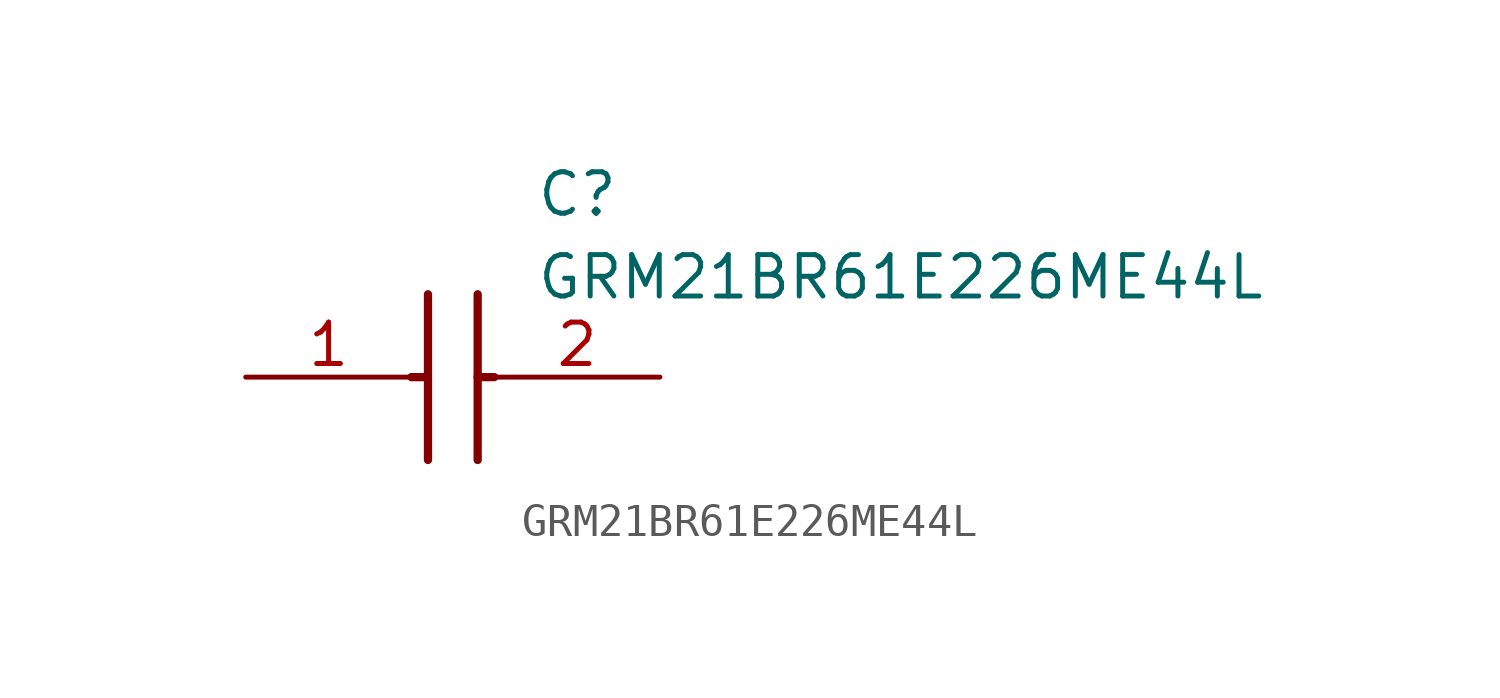
<source format=kicad_sym>
(kicad_symbol_lib
  (version 20211014)
  (generator SamacSys_ECAD_Model)
  (symbol "GRM21BR61E226ME44L"
    (pin_names hide)
    (property "Reference" "C"
      (at 8.89 6.35 0)
      (effects (font (size 1.27 1.27)) (justify left top)))
    (property "Value" "GRM21BR61E226ME44L"
      (at 8.89 3.81 0)
      (effects (font (size 1.27 1.27)) (justify left top)))
    (polyline
      (pts (xy 5.588 2.54) (xy 5.588 -2.54))
      (stroke (width 0.254) (type default))
      (fill (type none)))
    (polyline
      (pts (xy 7.112 2.54) (xy 7.112 -2.54))
      (stroke (width 0.254) (type default))
      (fill (type none)))
    (polyline
      (pts (xy 5.08 0) (xy 5.588 0))
      (stroke (width 0.254) (type default))
      (fill (type none)))
    (polyline
      (pts (xy 7.112 0) (xy 7.62 0))
      (stroke (width 0.254) (type default))
      (fill (type none)))
    (pin passive line
      (at 0 0 0)
      (length 5.08)
      (name "1" (effects (font (size 1.27 1.27))))
      (number "1" (effects (font (size 1.27 1.27)))))
    (pin passive line
      (at 12.7 0 180)
      (length 5.08)
      (name "2" (effects (font (size 1.27 1.27))))
      (number "2" (effects (font (size 1.27 1.27)))))))
</source>
